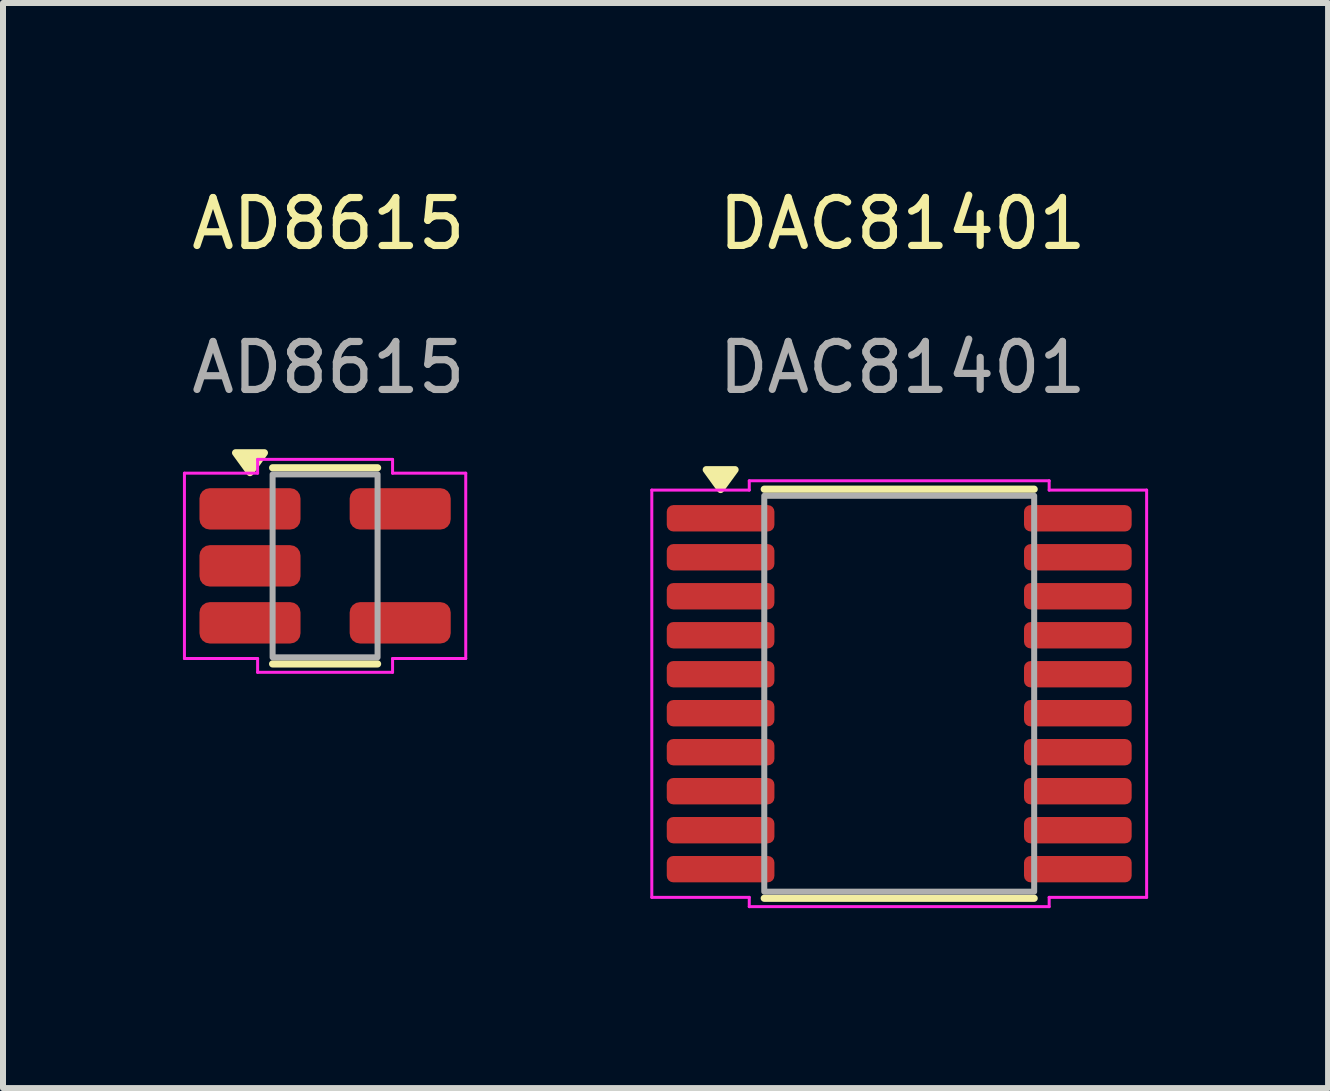
<source format=kicad_pcb>
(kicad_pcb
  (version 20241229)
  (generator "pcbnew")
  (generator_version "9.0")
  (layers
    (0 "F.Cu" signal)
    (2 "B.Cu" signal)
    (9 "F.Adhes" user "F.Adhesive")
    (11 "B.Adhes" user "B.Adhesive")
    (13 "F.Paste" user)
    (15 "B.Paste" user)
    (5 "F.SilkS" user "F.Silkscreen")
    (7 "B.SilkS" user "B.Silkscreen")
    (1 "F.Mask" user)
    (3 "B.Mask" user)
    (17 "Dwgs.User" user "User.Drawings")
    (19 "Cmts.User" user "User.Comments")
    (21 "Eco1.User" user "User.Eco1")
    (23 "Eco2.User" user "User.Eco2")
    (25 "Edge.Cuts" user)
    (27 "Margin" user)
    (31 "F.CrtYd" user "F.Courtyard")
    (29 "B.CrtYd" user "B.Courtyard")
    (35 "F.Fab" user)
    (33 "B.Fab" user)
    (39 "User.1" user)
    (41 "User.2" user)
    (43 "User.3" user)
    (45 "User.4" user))
  (footprint "AD8615"
    (layer "F.Cu")
    (at 2.37 6.384)
    (property "Reference" "AD8615" (at 0.055 -5.705 0) (unlocked yes) (layer "F.SilkS") (effects (font (size 0.8 0.8) (thickness 0.12))))
    (attr smd)
    (fp_line (start -0.875 -1.635) (end 0.875 -1.635) (stroke (width 0.12) (type default)) (layer "F.SilkS"))
    (fp_line (start -0.875 1.635) (end 0.875 1.635) (stroke (width 0.12) (type default)) (layer "F.SilkS"))
    (fp_poly (pts (xy -1.252 -1.555) (xy -1.012 -1.885) (xy -1.492 -1.885)) (stroke (width 0.12) (type solid)) (fill yes) (layer "F.SilkS"))
    (fp_line (start -2.345 -1.545) (end -2.345 1.545) (stroke (width 0.05) (type default)) (layer "F.CrtYd"))
    (fp_line (start -2.345 -1.545) (end -1.125 -1.545) (stroke (width 0.05) (type default)) (layer "F.CrtYd"))
    (fp_line (start -1.125 -1.545) (end -1.125 -1.775) (stroke (width 0.05) (type default)) (layer "F.CrtYd"))
    (fp_line (start -1.125 1.545) (end -2.345 1.545) (stroke (width 0.05) (type default)) (layer "F.CrtYd"))
    (fp_line (start -1.125 1.775) (end -1.125 1.545) (stroke (width 0.05) (type default)) (layer "F.CrtYd"))
    (fp_line (start -1.125 1.775) (end 1.125 1.775) (stroke (width 0.05) (type default)) (layer "F.CrtYd"))
    (fp_line (start 1.125 -1.775) (end -1.125 -1.775) (stroke (width 0.05) (type default)) (layer "F.CrtYd"))
    (fp_line (start 1.125 -1.775) (end 1.125 -1.545) (stroke (width 0.05) (type default)) (layer "F.CrtYd"))
    (fp_line (start 1.125 -1.545) (end 2.345 -1.545) (stroke (width 0.05) (type default)) (layer "F.CrtYd"))
    (fp_line (start 1.125 1.545) (end 1.125 1.775) (stroke (width 0.05) (type default)) (layer "F.CrtYd"))
    (fp_line (start 2.345 -1.545) (end 2.345 1.545) (stroke (width 0.05) (type default)) (layer "F.CrtYd"))
    (fp_line (start 2.345 1.545) (end 1.125 1.545) (stroke (width 0.05) (type default)) (layer "F.CrtYd"))
    (fp_rect (start -0.875 -1.525) (end 0.875 1.525) (stroke (width 0.1) (type default)) (fill no) (layer "F.Fab"))
    (fp_text user "${REFERENCE}" (at 0.055 -3.305 0) (unlocked yes) (layer "F.Fab") (effects (font (size 0.8 0.8) (thickness 0.12))))
    (pad "1" smd roundrect (at -1.252 -0.95) (size 1.685 0.69) (layers "F.Cu" "F.Mask" "F.Paste") (roundrect_rratio 0.25))
    (pad "2" smd roundrect (at -1.252 0) (size 1.685 0.69) (layers "F.Cu" "F.Mask" "F.Paste") (roundrect_rratio 0.25))
    (pad "3" smd roundrect (at -1.252 0.95) (size 1.685 0.69) (layers "F.Cu" "F.Mask" "F.Paste") (roundrect_rratio 0.25))
    (pad "4" smd roundrect (at 1.252 0.95) (size 1.685 0.69) (layers "F.Cu" "F.Mask" "F.Paste") (roundrect_rratio 0.25))
    (pad "5" smd roundrect (at 1.252 -0.95) (size 1.685 0.69) (layers "F.Cu" "F.Mask" "F.Paste") (roundrect_rratio 0.25)))
  (footprint "DAC81401"
    (layer "F.Cu")
    (at 11.942 8.516)
    (property "Reference" "DAC81401" (at 0.055 -7.838 0) (unlocked yes) (layer "F.SilkS") (effects (font (size 0.8 0.8) (thickness 0.12))))
    (attr smd)
    (fp_line (start -2.25 -3.41) (end 2.25 -3.41) (stroke (width 0.12) (type default)) (layer "F.SilkS"))
    (fp_line (start -2.25 3.41) (end 2.25 3.41) (stroke (width 0.12) (type default)) (layer "F.SilkS"))
    (fp_poly (pts (xy -2.978 -3.405) (xy -2.737 -3.735) (xy -3.217 -3.735)) (stroke (width 0.12) (type solid)) (fill yes) (layer "F.SilkS"))
    (fp_line (start -4.125 -3.395) (end -4.125 3.395) (stroke (width 0.05) (type default)) (layer "F.CrtYd"))
    (fp_line (start -4.125 -3.395) (end -2.5 -3.395) (stroke (width 0.05) (type default)) (layer "F.CrtYd"))
    (fp_line (start -2.5 -3.395) (end -2.5 -3.55) (stroke (width 0.05) (type default)) (layer "F.CrtYd"))
    (fp_line (start -2.5 3.395) (end -4.125 3.395) (stroke (width 0.05) (type default)) (layer "F.CrtYd"))
    (fp_line (start -2.5 3.55) (end -2.5 3.395) (stroke (width 0.05) (type default)) (layer "F.CrtYd"))
    (fp_line (start -2.5 3.55) (end 2.5 3.55) (stroke (width 0.05) (type default)) (layer "F.CrtYd"))
    (fp_line (start 2.5 -3.55) (end -2.5 -3.55) (stroke (width 0.05) (type default)) (layer "F.CrtYd"))
    (fp_line (start 2.5 -3.55) (end 2.5 -3.395) (stroke (width 0.05) (type default)) (layer "F.CrtYd"))
    (fp_line (start 2.5 -3.395) (end 4.125 -3.395) (stroke (width 0.05) (type default)) (layer "F.CrtYd"))
    (fp_line (start 2.5 3.395) (end 2.5 3.55) (stroke (width 0.05) (type default)) (layer "F.CrtYd"))
    (fp_line (start 4.125 -3.395) (end 4.125 3.395) (stroke (width 0.05) (type default)) (layer "F.CrtYd"))
    (fp_line (start 4.125 3.395) (end 2.5 3.395) (stroke (width 0.05) (type default)) (layer "F.CrtYd"))
    (fp_rect (start -2.25 -3.3) (end 2.25 3.3) (stroke (width 0.1) (type default)) (fill no) (layer "F.Fab"))
    (fp_text user "${REFERENCE}" (at 0.055 -5.438 0) (unlocked yes) (layer "F.Fab") (effects (font (size 0.8 0.8) (thickness 0.12))))
    (pad "1" smd roundrect (at -2.978 -2.925) (size 1.795 0.44) (layers "F.Cu" "F.Mask" "F.Paste") (roundrect_rratio 0.25))
    (pad "2" smd roundrect (at -2.978 -2.275) (size 1.795 0.44) (layers "F.Cu" "F.Mask" "F.Paste") (roundrect_rratio 0.25))
    (pad "3" smd roundrect (at -2.978 -1.625) (size 1.795 0.44) (layers "F.Cu" "F.Mask" "F.Paste") (roundrect_rratio 0.25))
    (pad "4" smd roundrect (at -2.978 -0.975) (size 1.795 0.44) (layers "F.Cu" "F.Mask" "F.Paste") (roundrect_rratio 0.25))
    (pad "5" smd roundrect (at -2.978 -0.325) (size 1.795 0.44) (layers "F.Cu" "F.Mask" "F.Paste") (roundrect_rratio 0.25))
    (pad "6" smd roundrect (at -2.978 0.325) (size 1.795 0.44) (layers "F.Cu" "F.Mask" "F.Paste") (roundrect_rratio 0.25))
    (pad "7" smd roundrect (at -2.978 0.975) (size 1.795 0.44) (layers "F.Cu" "F.Mask" "F.Paste") (roundrect_rratio 0.25))
    (pad "8" smd roundrect (at -2.978 1.625) (size 1.795 0.44) (layers "F.Cu" "F.Mask" "F.Paste") (roundrect_rratio 0.25))
    (pad "9" smd roundrect (at -2.978 2.275) (size 1.795 0.44) (layers "F.Cu" "F.Mask" "F.Paste") (roundrect_rratio 0.25))
    (pad "10" smd roundrect (at -2.978 2.925) (size 1.795 0.44) (layers "F.Cu" "F.Mask" "F.Paste") (roundrect_rratio 0.25))
    (pad "11" smd roundrect (at 2.978 2.925) (size 1.795 0.44) (layers "F.Cu" "F.Mask" "F.Paste") (roundrect_rratio 0.25))
    (pad "12" smd roundrect (at 2.978 2.275) (size 1.795 0.44) (layers "F.Cu" "F.Mask" "F.Paste") (roundrect_rratio 0.25))
    (pad "13" smd roundrect (at 2.978 1.625) (size 1.795 0.44) (layers "F.Cu" "F.Mask" "F.Paste") (roundrect_rratio 0.25))
    (pad "14" smd roundrect (at 2.978 0.975) (size 1.795 0.44) (layers "F.Cu" "F.Mask" "F.Paste") (roundrect_rratio 0.25))
    (pad "15" smd roundrect (at 2.978 0.325) (size 1.795 0.44) (layers "F.Cu" "F.Mask" "F.Paste") (roundrect_rratio 0.25))
    (pad "16" smd roundrect (at 2.978 -0.325) (size 1.795 0.44) (layers "F.Cu" "F.Mask" "F.Paste") (roundrect_rratio 0.25))
    (pad "17" smd roundrect (at 2.978 -0.975) (size 1.795 0.44) (layers "F.Cu" "F.Mask" "F.Paste") (roundrect_rratio 0.25))
    (pad "18" smd roundrect (at 2.978 -1.625) (size 1.795 0.44) (layers "F.Cu" "F.Mask" "F.Paste") (roundrect_rratio 0.25))
    (pad "19" smd roundrect (at 2.978 -2.275) (size 1.795 0.44) (layers "F.Cu" "F.Mask" "F.Paste") (roundrect_rratio 0.25))
    (pad "20" smd roundrect (at 2.978 -2.925) (size 1.795 0.44) (layers "F.Cu" "F.Mask" "F.Paste") (roundrect_rratio 0.25)))
  (gr_rect
    (start -3 -3)
    (end 19.092 15.091)
    (stroke (width 0.1) (type default))
    (fill no)
    (layer "Edge.Cuts")))
</source>
